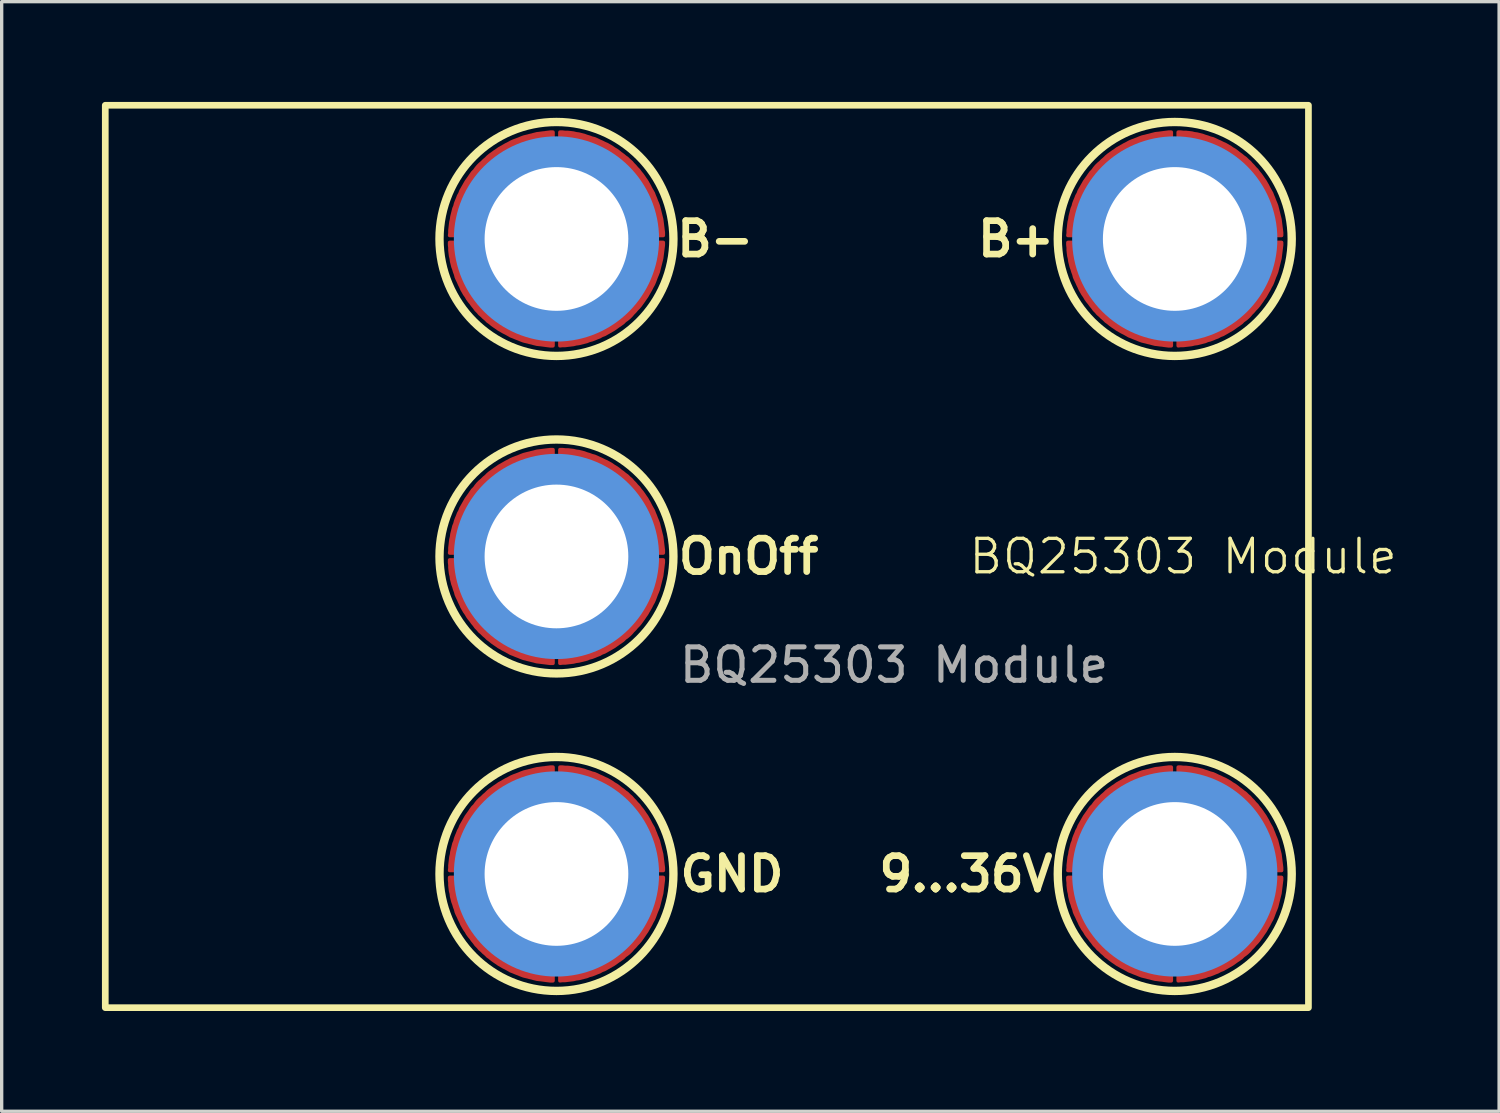
<source format=kicad_pcb>
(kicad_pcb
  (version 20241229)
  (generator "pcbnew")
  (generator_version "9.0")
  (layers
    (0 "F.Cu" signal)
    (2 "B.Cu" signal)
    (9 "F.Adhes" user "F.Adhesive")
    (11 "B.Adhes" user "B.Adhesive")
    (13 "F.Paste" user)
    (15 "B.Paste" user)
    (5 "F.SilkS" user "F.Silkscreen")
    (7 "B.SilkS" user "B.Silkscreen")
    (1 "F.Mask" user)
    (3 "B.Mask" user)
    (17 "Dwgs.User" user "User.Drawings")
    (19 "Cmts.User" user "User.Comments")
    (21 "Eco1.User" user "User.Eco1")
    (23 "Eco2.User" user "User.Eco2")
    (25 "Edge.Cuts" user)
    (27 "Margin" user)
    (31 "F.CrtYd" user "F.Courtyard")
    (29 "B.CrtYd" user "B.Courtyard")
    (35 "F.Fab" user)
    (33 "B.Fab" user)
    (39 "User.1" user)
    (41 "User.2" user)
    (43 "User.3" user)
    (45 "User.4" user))
  (footprint "BQ25303 Module"
    (layer "F.Cu")
    (at 13.6 13.6)
    (property "Reference" "BQ25303 Module" (at 18.75 0 0) (unlocked yes) (layer "F.SilkS") (effects (font (size 1 1) (thickness 0.1))))
    (attr smd)
    (fp_rect (start -13.5 -13.5) (end 22.5 13.5) (stroke (width 0.2) (type default)) (fill no) (layer "F.SilkS"))
    (fp_circle (center 0 -9.5) (end 3.5 -9.5) (stroke (width 0.25) (type solid)) (fill no) (layer "F.SilkS"))
    (fp_circle (center 0 0) (end 3.5 0) (stroke (width 0.25) (type solid)) (fill no) (layer "F.SilkS"))
    (fp_circle (center 0 9.5) (end 3.5 9.5) (stroke (width 0.25) (type solid)) (fill no) (layer "F.SilkS"))
    (fp_circle (center 18.5 -9.5) (end 22 -9.5) (stroke (width 0.25) (type solid)) (fill no) (layer "F.SilkS"))
    (fp_circle (center 18.5 9.5) (end 22 9.5) (stroke (width 0.25) (type solid)) (fill no) (layer "F.SilkS"))
    (fp_circle (center 0 -9.5) (end 1.02 -9.5) (stroke (width 2.05) (type solid)) (fill no) (layer "Cmts.User"))
    (fp_circle (center 0 0) (end 1.02 0) (stroke (width 2.05) (type solid)) (fill no) (layer "Cmts.User"))
    (fp_circle (center 0 9.5) (end 1.02 9.5) (stroke (width 2.05) (type solid)) (fill no) (layer "Cmts.User"))
    (fp_circle (center 18.5 -9.5) (end 19.52 -9.5) (stroke (width 2.05) (type solid)) (fill no) (layer "Cmts.User"))
    (fp_circle (center 18.5 9.5) (end 19.52 9.5) (stroke (width 2.05) (type solid)) (fill no) (layer "Cmts.User"))
    (fp_text user "9...36V" (at 12.25 9.5 0) (unlocked yes) (layer "F.SilkS") (effects (font (size 1 1) (thickness 0.2) (bold yes))))
    (fp_text user "GND" (at 5.25 9.5 0) (unlocked yes) (layer "F.SilkS") (effects (font (size 1 1) (thickness 0.2) (bold yes))))
    (fp_text user "B-" (at 4.75 -9.5 0) (unlocked yes) (layer "F.SilkS") (effects (font (size 1 1) (thickness 0.2) (bold yes))))
    (fp_text user "OnOff" (at 5.75 0 0) (unlocked yes) (layer "F.SilkS") (effects (font (size 1 1) (thickness 0.2) (bold yes))))
    (fp_text user "B+" (at 13.75 -9.5 0) (unlocked yes) (layer "F.SilkS") (effects (font (size 1 1) (thickness 0.2) (bold yes))))
    (fp_text user "${REFERENCE}" (at 10.1 3.25 0) (unlocked yes) (layer "F.Fab") (effects (font (size 1 1) (thickness 0.15))))
    (pad "1" smd custom (at 0 9.5 180) (size 1 1) (layers "F.Cu" "F.Mask" "F.Paste") (options (anchor circle)) (primitives (gr_poly (pts (xy -3.2 0.1) (xy -2.2 0.1) (xy -2.2 0.17) (xy -2.19 0.24) (xy -2.18 0.31) (xy -2.17 0.37) (xy -2.16 0.44) (xy -2.14 0.51) (xy -2.13 0.57) (xy -2.11 0.64) (xy -2.09 0.7) (xy -2.07 0.77) (xy -2.04 0.83) (xy -2.02 0.89) (xy -1.99 0.95) (xy -1.96 1.02) (xy -1.92 1.08) (xy -1.89 1.13) (xy -1.86 1.19) (xy -1.82 1.25) (xy -1.78 1.3) (xy -1.74 1.36) (xy -1.7 1.41) (xy -1.65 1.46) (xy -1.61 1.51) (xy -1.56 1.56) (xy -1.51 1.61) (xy -1.46 1.65) (xy -1.41 1.7) (xy -1.35 1.74) (xy -1.3 1.78) (xy -1.24 1.82) (xy -1.19 1.86) (xy -1.13 1.89) (xy -1.07 1.93) (xy -1.01 1.96) (xy -0.95 1.99) (xy -0.89 2.02) (xy -0.83 2.05) (xy -0.76 2.07) (xy -0.7 2.09) (xy -0.63 2.11) (xy -0.57 2.13) (xy -0.5 2.15) (xy -0.44 2.16) (xy -0.37 2.18) (xy -0.3 2.19) (xy -0.24 2.19) (xy -0.17 2.2) (xy -0.1 2.2) (xy -0.1 3.2) (xy -0.18 3.2) (xy -0.26 3.19) (xy -0.34 3.19) (xy -0.43 3.18) (xy -0.51 3.17) (xy -0.59 3.15) (xy -0.67 3.14) (xy -0.75 3.12) (xy -0.83 3.1) (xy -0.91 3.07) (xy -0.98 3.05) (xy -1.06 3.02) (xy -1.14 3) (xy -1.21 2.97) (xy -1.29 2.93) (xy -1.36 2.9) (xy -1.44 2.86) (xy -1.51 2.83) (xy -1.58 2.79) (xy -1.65 2.75) (xy -1.72 2.7) (xy -1.79 2.66) (xy -1.86 2.61) (xy -1.92 2.56) (xy -1.99 2.51) (xy -2.05 2.46) (xy -2.12 2.41) (xy -2.18 2.35) (xy -2.24 2.3) (xy -2.29 2.24) (xy -2.35 2.18) (xy -2.4 2.12) (xy -2.46 2.06) (xy -2.51 1.99) (xy -2.56 1.93) (xy -2.61 1.86) (xy -2.65 1.8) (xy -2.7 1.73) (xy -2.74 1.66) (xy -2.78 1.59) (xy -2.82 1.51) (xy -2.86 1.44) (xy -2.9 1.37) (xy -2.93 1.29) (xy -2.96 1.22) (xy -2.99 1.14) (xy -3.02 1.07) (xy -3.05 0.99) (xy -3.07 0.91) (xy -3.09 0.83) (xy -3.11 0.75) (xy -3.13 0.67) (xy -3.15 0.59) (xy -3.16 0.51) (xy -3.17 0.43) (xy -3.18 0.35) (xy -3.19 0.27) (xy -3.2 0.19) (xy -3.2 0.1)) (width 0.1) (fill yes))))
    (pad "1" smd custom (at 0 9.5 270) (size 1 1) (layers "F.Cu" "F.Mask" "F.Paste") (options (anchor circle)) (primitives (gr_poly (pts (xy 0.1 3.2) (xy 0.1 2.2) (xy 0.17 2.2) (xy 0.24 2.19) (xy 0.3 2.19) (xy 0.37 2.18) (xy 0.44 2.16) (xy 0.5 2.15) (xy 0.57 2.13) (xy 0.63 2.11) (xy 0.7 2.09) (xy 0.76 2.07) (xy 0.83 2.05) (xy 0.89 2.02) (xy 0.95 1.99) (xy 1.01 1.96) (xy 1.07 1.93) (xy 1.13 1.89) (xy 1.19 1.86) (xy 1.24 1.82) (xy 1.3 1.78) (xy 1.35 1.74) (xy 1.41 1.7) (xy 1.46 1.65) (xy 1.51 1.61) (xy 1.56 1.56) (xy 1.61 1.51) (xy 1.65 1.46) (xy 1.7 1.41) (xy 1.74 1.36) (xy 1.78 1.3) (xy 1.82 1.25) (xy 1.86 1.19) (xy 1.89 1.13) (xy 1.92 1.08) (xy 1.96 1.02) (xy 1.99 0.95) (xy 2.02 0.89) (xy 2.04 0.83) (xy 2.07 0.77) (xy 2.09 0.7) (xy 2.11 0.64) (xy 2.13 0.57) (xy 2.14 0.51) (xy 2.16 0.44) (xy 2.17 0.37) (xy 2.18 0.31) (xy 2.19 0.24) (xy 2.2 0.17) (xy 2.2 0.1) (xy 3.2 0.1) (xy 3.2 0.19) (xy 3.19 0.27) (xy 3.18 0.35) (xy 3.17 0.43) (xy 3.16 0.51) (xy 3.15 0.59) (xy 3.13 0.67) (xy 3.11 0.75) (xy 3.09 0.83) (xy 3.07 0.91) (xy 3.05 0.99) (xy 3.02 1.07) (xy 2.99 1.14) (xy 2.96 1.22) (xy 2.93 1.29) (xy 2.9 1.37) (xy 2.86 1.44) (xy 2.82 1.51) (xy 2.78 1.59) (xy 2.74 1.66) (xy 2.7 1.73) (xy 2.65 1.8) (xy 2.61 1.86) (xy 2.56 1.93) (xy 2.51 1.99) (xy 2.46 2.06) (xy 2.4 2.12) (xy 2.35 2.18) (xy 2.29 2.24) (xy 2.24 2.3) (xy 2.18 2.35) (xy 2.12 2.41) (xy 2.05 2.46) (xy 1.99 2.51) (xy 1.92 2.56) (xy 1.86 2.61) (xy 1.79 2.66) (xy 1.72 2.7) (xy 1.65 2.75) (xy 1.58 2.79) (xy 1.51 2.83) (xy 1.44 2.86) (xy 1.36 2.9) (xy 1.29 2.93) (xy 1.21 2.97) (xy 1.14 3) (xy 1.06 3.02) (xy 0.98 3.05) (xy 0.91 3.07) (xy 0.83 3.1) (xy 0.75 3.12) (xy 0.67 3.14) (xy 0.59 3.15) (xy 0.51 3.17) (xy 0.43 3.18) (xy 0.34 3.19) (xy 0.26 3.19) (xy 0.18 3.2) (xy 0.1 3.2)) (width 0.1) (fill yes))))
    (pad "1" smd custom (at 0 9.5 90) (size 1 1) (layers "F.Cu" "F.Mask" "F.Paste") (options (anchor circle)) (primitives (gr_poly (pts (xy 3.2 -0.1) (xy 2.2 -0.1) (xy 2.2 -0.16) (xy 2.19 -0.23) (xy 2.18 -0.3) (xy 2.17 -0.37) (xy 2.16 -0.43) (xy 2.14 -0.5) (xy 2.13 -0.56) (xy 2.11 -0.63) (xy 2.09 -0.7) (xy 2.07 -0.76) (xy 2.04 -0.82) (xy 2.02 -0.89) (xy 1.99 -0.95) (xy 1.96 -1.01) (xy 1.92 -1.07) (xy 1.89 -1.13) (xy 1.86 -1.18) (xy 1.82 -1.24) (xy 1.78 -1.3) (xy 1.74 -1.35) (xy 1.7 -1.4) (xy 1.65 -1.45) (xy 1.61 -1.51) (xy 1.56 -1.55) (xy 1.51 -1.6) (xy 1.46 -1.65) (xy 1.41 -1.69) (xy 1.35 -1.73) (xy 1.3 -1.77) (xy 1.24 -1.81) (xy 1.19 -1.85) (xy 1.13 -1.89) (xy 1.07 -1.92) (xy 1.01 -1.95) (xy 0.95 -1.98) (xy 0.89 -2.01) (xy 0.83 -2.04) (xy 0.76 -2.06) (xy 0.7 -2.08) (xy 0.63 -2.11) (xy 0.57 -2.12) (xy 0.5 -2.14) (xy 0.44 -2.15) (xy 0.37 -2.17) (xy 0.3 -2.18) (xy 0.24 -2.19) (xy 0.17 -2.19) (xy 0.1 -2.2) (xy 0.1 -3.2) (xy 0.18 -3.19) (xy 0.26 -3.19) (xy 0.34 -3.18) (xy 0.43 -3.17) (xy 0.51 -3.16) (xy 0.59 -3.14) (xy 0.67 -3.13) (xy 0.75 -3.11) (xy 0.83 -3.09) (xy 0.91 -3.07) (xy 0.98 -3.04) (xy 1.06 -3.02) (xy 1.14 -2.99) (xy 1.21 -2.96) (xy 1.29 -2.93) (xy 1.36 -2.89) (xy 1.44 -2.86) (xy 1.51 -2.82) (xy 1.58 -2.78) (xy 1.65 -2.74) (xy 1.72 -2.7) (xy 1.79 -2.65) (xy 1.86 -2.6) (xy 1.92 -2.56) (xy 1.99 -2.51) (xy 2.05 -2.45) (xy 2.12 -2.4) (xy 2.18 -2.35) (xy 2.24 -2.29) (xy 2.29 -2.23) (xy 2.35 -2.17) (xy 2.4 -2.11) (xy 2.46 -2.05) (xy 2.51 -1.99) (xy 2.56 -1.92) (xy 2.61 -1.85) (xy 2.65 -1.79) (xy 2.7 -1.72) (xy 2.74 -1.65) (xy 2.78 -1.58) (xy 2.82 -1.51) (xy 2.86 -1.43) (xy 2.9 -1.36) (xy 2.93 -1.29) (xy 2.96 -1.21) (xy 2.99 -1.13) (xy 3.02 -1.06) (xy 3.05 -0.98) (xy 3.07 -0.9) (xy 3.09 -0.82) (xy 3.11 -0.74) (xy 3.13 -0.66) (xy 3.15 -0.58) (xy 3.16 -0.5) (xy 3.17 -0.42) (xy 3.18 -0.34) (xy 3.19 -0.26) (xy 3.2 -0.18) (xy 3.2 -0.1)) (width 0.1) (fill yes))))
    (pad "1" smd custom (at 0 9.5 180) (size 1 1) (layers "F.Cu" "F.Mask" "F.Paste") (options (anchor circle)) (primitives (gr_poly (pts (xy -0.1 -3.2) (xy -0.1 -2.2) (xy -0.17 -2.19) (xy -0.24 -2.19) (xy -0.3 -2.18) (xy -0.37 -2.17) (xy -0.44 -2.15) (xy -0.5 -2.14) (xy -0.57 -2.12) (xy -0.63 -2.11) (xy -0.7 -2.08) (xy -0.76 -2.06) (xy -0.83 -2.04) (xy -0.89 -2.01) (xy -0.95 -1.98) (xy -1.01 -1.95) (xy -1.07 -1.92) (xy -1.13 -1.89) (xy -1.19 -1.85) (xy -1.24 -1.81) (xy -1.3 -1.77) (xy -1.35 -1.73) (xy -1.41 -1.69) (xy -1.46 -1.65) (xy -1.51 -1.6) (xy -1.56 -1.55) (xy -1.61 -1.51) (xy -1.65 -1.45) (xy -1.7 -1.4) (xy -1.74 -1.35) (xy -1.78 -1.3) (xy -1.82 -1.24) (xy -1.86 -1.18) (xy -1.89 -1.13) (xy -1.92 -1.07) (xy -1.96 -1.01) (xy -1.99 -0.95) (xy -2.02 -0.89) (xy -2.04 -0.82) (xy -2.07 -0.76) (xy -2.09 -0.7) (xy -2.11 -0.63) (xy -2.13 -0.56) (xy -2.14 -0.5) (xy -2.16 -0.43) (xy -2.17 -0.37) (xy -2.18 -0.3) (xy -2.19 -0.23) (xy -2.2 -0.16) (xy -2.2 -0.1) (xy -3.2 -0.1) (xy -3.2 -0.18) (xy -3.19 -0.26) (xy -3.18 -0.34) (xy -3.17 -0.42) (xy -3.16 -0.5) (xy -3.15 -0.58) (xy -3.13 -0.66) (xy -3.11 -0.74) (xy -3.09 -0.82) (xy -3.07 -0.9) (xy -3.05 -0.98) (xy -3.02 -1.06) (xy -2.99 -1.13) (xy -2.96 -1.21) (xy -2.93 -1.29) (xy -2.9 -1.36) (xy -2.86 -1.43) (xy -2.82 -1.51) (xy -2.78 -1.58) (xy -2.74 -1.65) (xy -2.7 -1.72) (xy -2.65 -1.79) (xy -2.61 -1.85) (xy -2.56 -1.92) (xy -2.51 -1.99) (xy -2.46 -2.05) (xy -2.4 -2.11) (xy -2.35 -2.17) (xy -2.29 -2.23) (xy -2.24 -2.29) (xy -2.18 -2.35) (xy -2.12 -2.4) (xy -2.05 -2.45) (xy -1.99 -2.51) (xy -1.92 -2.56) (xy -1.86 -2.6) (xy -1.79 -2.65) (xy -1.72 -2.7) (xy -1.65 -2.74) (xy -1.58 -2.78) (xy -1.51 -2.82) (xy -1.44 -2.86) (xy -1.36 -2.89) (xy -1.29 -2.93) (xy -1.21 -2.96) (xy -1.14 -2.99) (xy -1.06 -3.02) (xy -0.98 -3.04) (xy -0.91 -3.07) (xy -0.83 -3.09) (xy -0.75 -3.11) (xy -0.67 -3.13) (xy -0.59 -3.14) (xy -0.51 -3.16) (xy -0.43 -3.17) (xy -0.34 -3.18) (xy -0.26 -3.19) (xy -0.18 -3.19) (xy -0.1 -3.2)) (width 0.1) (fill yes))))
    (pad "1" thru_hole circle (at 0 9.5) (size 4.3 4.3) (drill 4.3) (layers "*.Cu" "*.Mask"))
    (pad "2" smd custom (at 18.5 9.5 180) (size 1 1) (layers "F.Cu" "F.Mask" "F.Paste") (options (anchor circle)) (primitives (gr_poly (pts (xy -3.2 0.1) (xy -2.2 0.1) (xy -2.2 0.17) (xy -2.19 0.24) (xy -2.18 0.31) (xy -2.17 0.37) (xy -2.16 0.44) (xy -2.14 0.51) (xy -2.13 0.57) (xy -2.11 0.64) (xy -2.09 0.7) (xy -2.07 0.77) (xy -2.04 0.83) (xy -2.02 0.89) (xy -1.99 0.95) (xy -1.96 1.02) (xy -1.92 1.08) (xy -1.89 1.13) (xy -1.86 1.19) (xy -1.82 1.25) (xy -1.78 1.3) (xy -1.74 1.36) (xy -1.7 1.41) (xy -1.65 1.46) (xy -1.61 1.51) (xy -1.56 1.56) (xy -1.51 1.61) (xy -1.46 1.65) (xy -1.41 1.7) (xy -1.35 1.74) (xy -1.3 1.78) (xy -1.24 1.82) (xy -1.19 1.86) (xy -1.13 1.89) (xy -1.07 1.93) (xy -1.01 1.96) (xy -0.95 1.99) (xy -0.89 2.02) (xy -0.83 2.05) (xy -0.76 2.07) (xy -0.7 2.09) (xy -0.63 2.11) (xy -0.57 2.13) (xy -0.5 2.15) (xy -0.44 2.16) (xy -0.37 2.18) (xy -0.3 2.19) (xy -0.24 2.19) (xy -0.17 2.2) (xy -0.1 2.2) (xy -0.1 3.2) (xy -0.18 3.2) (xy -0.26 3.19) (xy -0.34 3.19) (xy -0.43 3.18) (xy -0.51 3.17) (xy -0.59 3.15) (xy -0.67 3.14) (xy -0.75 3.12) (xy -0.83 3.1) (xy -0.91 3.07) (xy -0.98 3.05) (xy -1.06 3.02) (xy -1.14 3) (xy -1.21 2.97) (xy -1.29 2.93) (xy -1.36 2.9) (xy -1.44 2.86) (xy -1.51 2.83) (xy -1.58 2.79) (xy -1.65 2.75) (xy -1.72 2.7) (xy -1.79 2.66) (xy -1.86 2.61) (xy -1.92 2.56) (xy -1.99 2.51) (xy -2.05 2.46) (xy -2.12 2.41) (xy -2.18 2.35) (xy -2.24 2.3) (xy -2.29 2.24) (xy -2.35 2.18) (xy -2.4 2.12) (xy -2.46 2.06) (xy -2.51 1.99) (xy -2.56 1.93) (xy -2.61 1.86) (xy -2.65 1.8) (xy -2.7 1.73) (xy -2.74 1.66) (xy -2.78 1.59) (xy -2.82 1.51) (xy -2.86 1.44) (xy -2.9 1.37) (xy -2.93 1.29) (xy -2.96 1.22) (xy -2.99 1.14) (xy -3.02 1.07) (xy -3.05 0.99) (xy -3.07 0.91) (xy -3.09 0.83) (xy -3.11 0.75) (xy -3.13 0.67) (xy -3.15 0.59) (xy -3.16 0.51) (xy -3.17 0.43) (xy -3.18 0.35) (xy -3.19 0.27) (xy -3.2 0.19) (xy -3.2 0.1)) (width 0.1) (fill yes))))
    (pad "2" smd custom (at 18.5 9.5 270) (size 1 1) (layers "F.Cu" "F.Mask" "F.Paste") (options (anchor circle)) (primitives (gr_poly (pts (xy 0.1 3.2) (xy 0.1 2.2) (xy 0.17 2.2) (xy 0.24 2.19) (xy 0.3 2.19) (xy 0.37 2.18) (xy 0.44 2.16) (xy 0.5 2.15) (xy 0.57 2.13) (xy 0.63 2.11) (xy 0.7 2.09) (xy 0.76 2.07) (xy 0.83 2.05) (xy 0.89 2.02) (xy 0.95 1.99) (xy 1.01 1.96) (xy 1.07 1.93) (xy 1.13 1.89) (xy 1.19 1.86) (xy 1.24 1.82) (xy 1.3 1.78) (xy 1.35 1.74) (xy 1.41 1.7) (xy 1.46 1.65) (xy 1.51 1.61) (xy 1.56 1.56) (xy 1.61 1.51) (xy 1.65 1.46) (xy 1.7 1.41) (xy 1.74 1.36) (xy 1.78 1.3) (xy 1.82 1.25) (xy 1.86 1.19) (xy 1.89 1.13) (xy 1.92 1.08) (xy 1.96 1.02) (xy 1.99 0.95) (xy 2.02 0.89) (xy 2.04 0.83) (xy 2.07 0.77) (xy 2.09 0.7) (xy 2.11 0.64) (xy 2.13 0.57) (xy 2.14 0.51) (xy 2.16 0.44) (xy 2.17 0.37) (xy 2.18 0.31) (xy 2.19 0.24) (xy 2.2 0.17) (xy 2.2 0.1) (xy 3.2 0.1) (xy 3.2 0.19) (xy 3.19 0.27) (xy 3.18 0.35) (xy 3.17 0.43) (xy 3.16 0.51) (xy 3.15 0.59) (xy 3.13 0.67) (xy 3.11 0.75) (xy 3.09 0.83) (xy 3.07 0.91) (xy 3.05 0.99) (xy 3.02 1.07) (xy 2.99 1.14) (xy 2.96 1.22) (xy 2.93 1.29) (xy 2.9 1.37) (xy 2.86 1.44) (xy 2.82 1.51) (xy 2.78 1.59) (xy 2.74 1.66) (xy 2.7 1.73) (xy 2.65 1.8) (xy 2.61 1.86) (xy 2.56 1.93) (xy 2.51 1.99) (xy 2.46 2.06) (xy 2.4 2.12) (xy 2.35 2.18) (xy 2.29 2.24) (xy 2.24 2.3) (xy 2.18 2.35) (xy 2.12 2.41) (xy 2.05 2.46) (xy 1.99 2.51) (xy 1.92 2.56) (xy 1.86 2.61) (xy 1.79 2.66) (xy 1.72 2.7) (xy 1.65 2.75) (xy 1.58 2.79) (xy 1.51 2.83) (xy 1.44 2.86) (xy 1.36 2.9) (xy 1.29 2.93) (xy 1.21 2.97) (xy 1.14 3) (xy 1.06 3.02) (xy 0.98 3.05) (xy 0.91 3.07) (xy 0.83 3.1) (xy 0.75 3.12) (xy 0.67 3.14) (xy 0.59 3.15) (xy 0.51 3.17) (xy 0.43 3.18) (xy 0.34 3.19) (xy 0.26 3.19) (xy 0.18 3.2) (xy 0.1 3.2)) (width 0.1) (fill yes))))
    (pad "2" smd custom (at 18.5 9.5 90) (size 1 1) (layers "F.Cu" "F.Mask" "F.Paste") (options (anchor circle)) (primitives (gr_poly (pts (xy 3.2 -0.1) (xy 2.2 -0.1) (xy 2.2 -0.16) (xy 2.19 -0.23) (xy 2.18 -0.3) (xy 2.17 -0.37) (xy 2.16 -0.43) (xy 2.14 -0.5) (xy 2.13 -0.56) (xy 2.11 -0.63) (xy 2.09 -0.7) (xy 2.07 -0.76) (xy 2.04 -0.82) (xy 2.02 -0.89) (xy 1.99 -0.95) (xy 1.96 -1.01) (xy 1.92 -1.07) (xy 1.89 -1.13) (xy 1.86 -1.18) (xy 1.82 -1.24) (xy 1.78 -1.3) (xy 1.74 -1.35) (xy 1.7 -1.4) (xy 1.65 -1.45) (xy 1.61 -1.51) (xy 1.56 -1.55) (xy 1.51 -1.6) (xy 1.46 -1.65) (xy 1.41 -1.69) (xy 1.35 -1.73) (xy 1.3 -1.77) (xy 1.24 -1.81) (xy 1.19 -1.85) (xy 1.13 -1.89) (xy 1.07 -1.92) (xy 1.01 -1.95) (xy 0.95 -1.98) (xy 0.89 -2.01) (xy 0.83 -2.04) (xy 0.76 -2.06) (xy 0.7 -2.08) (xy 0.63 -2.11) (xy 0.57 -2.12) (xy 0.5 -2.14) (xy 0.44 -2.15) (xy 0.37 -2.17) (xy 0.3 -2.18) (xy 0.24 -2.19) (xy 0.17 -2.19) (xy 0.1 -2.2) (xy 0.1 -3.2) (xy 0.18 -3.19) (xy 0.26 -3.19) (xy 0.34 -3.18) (xy 0.43 -3.17) (xy 0.51 -3.16) (xy 0.59 -3.14) (xy 0.67 -3.13) (xy 0.75 -3.11) (xy 0.83 -3.09) (xy 0.91 -3.07) (xy 0.98 -3.04) (xy 1.06 -3.02) (xy 1.14 -2.99) (xy 1.21 -2.96) (xy 1.29 -2.93) (xy 1.36 -2.89) (xy 1.44 -2.86) (xy 1.51 -2.82) (xy 1.58 -2.78) (xy 1.65 -2.74) (xy 1.72 -2.7) (xy 1.79 -2.65) (xy 1.86 -2.6) (xy 1.92 -2.56) (xy 1.99 -2.51) (xy 2.05 -2.45) (xy 2.12 -2.4) (xy 2.18 -2.35) (xy 2.24 -2.29) (xy 2.29 -2.23) (xy 2.35 -2.17) (xy 2.4 -2.11) (xy 2.46 -2.05) (xy 2.51 -1.99) (xy 2.56 -1.92) (xy 2.61 -1.85) (xy 2.65 -1.79) (xy 2.7 -1.72) (xy 2.74 -1.65) (xy 2.78 -1.58) (xy 2.82 -1.51) (xy 2.86 -1.43) (xy 2.9 -1.36) (xy 2.93 -1.29) (xy 2.96 -1.21) (xy 2.99 -1.13) (xy 3.02 -1.06) (xy 3.05 -0.98) (xy 3.07 -0.9) (xy 3.09 -0.82) (xy 3.11 -0.74) (xy 3.13 -0.66) (xy 3.15 -0.58) (xy 3.16 -0.5) (xy 3.17 -0.42) (xy 3.18 -0.34) (xy 3.19 -0.26) (xy 3.2 -0.18) (xy 3.2 -0.1)) (width 0.1) (fill yes))))
    (pad "2" smd custom (at 18.5 9.5 180) (size 1 1) (layers "F.Cu" "F.Mask" "F.Paste") (options (anchor circle)) (primitives (gr_poly (pts (xy -0.1 -3.2) (xy -0.1 -2.2) (xy -0.17 -2.19) (xy -0.24 -2.19) (xy -0.3 -2.18) (xy -0.37 -2.17) (xy -0.44 -2.15) (xy -0.5 -2.14) (xy -0.57 -2.12) (xy -0.63 -2.11) (xy -0.7 -2.08) (xy -0.76 -2.06) (xy -0.83 -2.04) (xy -0.89 -2.01) (xy -0.95 -1.98) (xy -1.01 -1.95) (xy -1.07 -1.92) (xy -1.13 -1.89) (xy -1.19 -1.85) (xy -1.24 -1.81) (xy -1.3 -1.77) (xy -1.35 -1.73) (xy -1.41 -1.69) (xy -1.46 -1.65) (xy -1.51 -1.6) (xy -1.56 -1.55) (xy -1.61 -1.51) (xy -1.65 -1.45) (xy -1.7 -1.4) (xy -1.74 -1.35) (xy -1.78 -1.3) (xy -1.82 -1.24) (xy -1.86 -1.18) (xy -1.89 -1.13) (xy -1.92 -1.07) (xy -1.96 -1.01) (xy -1.99 -0.95) (xy -2.02 -0.89) (xy -2.04 -0.82) (xy -2.07 -0.76) (xy -2.09 -0.7) (xy -2.11 -0.63) (xy -2.13 -0.56) (xy -2.14 -0.5) (xy -2.16 -0.43) (xy -2.17 -0.37) (xy -2.18 -0.3) (xy -2.19 -0.23) (xy -2.2 -0.16) (xy -2.2 -0.1) (xy -3.2 -0.1) (xy -3.2 -0.18) (xy -3.19 -0.26) (xy -3.18 -0.34) (xy -3.17 -0.42) (xy -3.16 -0.5) (xy -3.15 -0.58) (xy -3.13 -0.66) (xy -3.11 -0.74) (xy -3.09 -0.82) (xy -3.07 -0.9) (xy -3.05 -0.98) (xy -3.02 -1.06) (xy -2.99 -1.13) (xy -2.96 -1.21) (xy -2.93 -1.29) (xy -2.9 -1.36) (xy -2.86 -1.43) (xy -2.82 -1.51) (xy -2.78 -1.58) (xy -2.74 -1.65) (xy -2.7 -1.72) (xy -2.65 -1.79) (xy -2.61 -1.85) (xy -2.56 -1.92) (xy -2.51 -1.99) (xy -2.46 -2.05) (xy -2.4 -2.11) (xy -2.35 -2.17) (xy -2.29 -2.23) (xy -2.24 -2.29) (xy -2.18 -2.35) (xy -2.12 -2.4) (xy -2.05 -2.45) (xy -1.99 -2.51) (xy -1.92 -2.56) (xy -1.86 -2.6) (xy -1.79 -2.65) (xy -1.72 -2.7) (xy -1.65 -2.74) (xy -1.58 -2.78) (xy -1.51 -2.82) (xy -1.44 -2.86) (xy -1.36 -2.89) (xy -1.29 -2.93) (xy -1.21 -2.96) (xy -1.14 -2.99) (xy -1.06 -3.02) (xy -0.98 -3.04) (xy -0.91 -3.07) (xy -0.83 -3.09) (xy -0.75 -3.11) (xy -0.67 -3.13) (xy -0.59 -3.14) (xy -0.51 -3.16) (xy -0.43 -3.17) (xy -0.34 -3.18) (xy -0.26 -3.19) (xy -0.18 -3.19) (xy -0.1 -3.2)) (width 0.1) (fill yes))))
    (pad "2" thru_hole circle (at 18.5 9.5) (size 4.3 4.3) (drill 4.3) (layers "*.Cu" "*.Mask"))
    (pad "3" smd custom (at 0 0 90) (size 1 1) (layers "F.Cu" "F.Mask" "F.Paste") (options (anchor circle)) (primitives (gr_poly (pts (xy 3.2 -0.1) (xy 2.2 -0.1) (xy 2.2 -0.16) (xy 2.19 -0.23) (xy 2.18 -0.3) (xy 2.17 -0.37) (xy 2.16 -0.43) (xy 2.14 -0.5) (xy 2.13 -0.56) (xy 2.11 -0.63) (xy 2.09 -0.7) (xy 2.07 -0.76) (xy 2.04 -0.82) (xy 2.02 -0.89) (xy 1.99 -0.95) (xy 1.96 -1.01) (xy 1.92 -1.07) (xy 1.89 -1.13) (xy 1.86 -1.18) (xy 1.82 -1.24) (xy 1.78 -1.3) (xy 1.74 -1.35) (xy 1.7 -1.4) (xy 1.65 -1.45) (xy 1.61 -1.51) (xy 1.56 -1.55) (xy 1.51 -1.6) (xy 1.46 -1.65) (xy 1.41 -1.69) (xy 1.35 -1.73) (xy 1.3 -1.77) (xy 1.24 -1.81) (xy 1.19 -1.85) (xy 1.13 -1.89) (xy 1.07 -1.92) (xy 1.01 -1.95) (xy 0.95 -1.98) (xy 0.89 -2.01) (xy 0.83 -2.04) (xy 0.76 -2.06) (xy 0.7 -2.08) (xy 0.63 -2.11) (xy 0.57 -2.12) (xy 0.5 -2.14) (xy 0.44 -2.15) (xy 0.37 -2.17) (xy 0.3 -2.18) (xy 0.24 -2.19) (xy 0.17 -2.19) (xy 0.1 -2.2) (xy 0.1 -3.2) (xy 0.18 -3.19) (xy 0.26 -3.19) (xy 0.34 -3.18) (xy 0.43 -3.17) (xy 0.51 -3.16) (xy 0.59 -3.14) (xy 0.67 -3.13) (xy 0.75 -3.11) (xy 0.83 -3.09) (xy 0.91 -3.07) (xy 0.98 -3.04) (xy 1.06 -3.02) (xy 1.14 -2.99) (xy 1.21 -2.96) (xy 1.29 -2.93) (xy 1.36 -2.89) (xy 1.44 -2.86) (xy 1.51 -2.82) (xy 1.58 -2.78) (xy 1.65 -2.74) (xy 1.72 -2.7) (xy 1.79 -2.65) (xy 1.86 -2.6) (xy 1.92 -2.56) (xy 1.99 -2.51) (xy 2.05 -2.45) (xy 2.12 -2.4) (xy 2.18 -2.35) (xy 2.24 -2.29) (xy 2.29 -2.23) (xy 2.35 -2.17) (xy 2.4 -2.11) (xy 2.46 -2.05) (xy 2.51 -1.99) (xy 2.56 -1.92) (xy 2.61 -1.85) (xy 2.65 -1.79) (xy 2.7 -1.72) (xy 2.74 -1.65) (xy 2.78 -1.58) (xy 2.82 -1.51) (xy 2.86 -1.43) (xy 2.9 -1.36) (xy 2.93 -1.29) (xy 2.96 -1.21) (xy 2.99 -1.13) (xy 3.02 -1.06) (xy 3.05 -0.98) (xy 3.07 -0.9) (xy 3.09 -0.82) (xy 3.11 -0.74) (xy 3.13 -0.66) (xy 3.15 -0.58) (xy 3.16 -0.5) (xy 3.17 -0.42) (xy 3.18 -0.34) (xy 3.19 -0.26) (xy 3.2 -0.18) (xy 3.2 -0.1)) (width 0.1) (fill yes))))
    (pad "3" smd custom (at 0 0 180) (size 1 1) (layers "F.Cu" "F.Mask" "F.Paste") (options (anchor circle)) (primitives (gr_poly (pts (xy -3.2 0.1) (xy -2.2 0.1) (xy -2.2 0.17) (xy -2.19 0.24) (xy -2.18 0.31) (xy -2.17 0.37) (xy -2.16 0.44) (xy -2.14 0.51) (xy -2.13 0.57) (xy -2.11 0.64) (xy -2.09 0.7) (xy -2.07 0.77) (xy -2.04 0.83) (xy -2.02 0.89) (xy -1.99 0.95) (xy -1.96 1.02) (xy -1.92 1.08) (xy -1.89 1.13) (xy -1.86 1.19) (xy -1.82 1.25) (xy -1.78 1.3) (xy -1.74 1.36) (xy -1.7 1.41) (xy -1.65 1.46) (xy -1.61 1.51) (xy -1.56 1.56) (xy -1.51 1.61) (xy -1.46 1.65) (xy -1.41 1.7) (xy -1.35 1.74) (xy -1.3 1.78) (xy -1.24 1.82) (xy -1.19 1.86) (xy -1.13 1.89) (xy -1.07 1.93) (xy -1.01 1.96) (xy -0.95 1.99) (xy -0.89 2.02) (xy -0.83 2.05) (xy -0.76 2.07) (xy -0.7 2.09) (xy -0.63 2.11) (xy -0.57 2.13) (xy -0.5 2.15) (xy -0.44 2.16) (xy -0.37 2.18) (xy -0.3 2.19) (xy -0.24 2.19) (xy -0.17 2.2) (xy -0.1 2.2) (xy -0.1 3.2) (xy -0.18 3.2) (xy -0.26 3.19) (xy -0.34 3.19) (xy -0.43 3.18) (xy -0.51 3.17) (xy -0.59 3.15) (xy -0.67 3.14) (xy -0.75 3.12) (xy -0.83 3.1) (xy -0.91 3.07) (xy -0.98 3.05) (xy -1.06 3.02) (xy -1.14 3) (xy -1.21 2.97) (xy -1.29 2.93) (xy -1.36 2.9) (xy -1.44 2.86) (xy -1.51 2.83) (xy -1.58 2.79) (xy -1.65 2.75) (xy -1.72 2.7) (xy -1.79 2.66) (xy -1.86 2.61) (xy -1.92 2.56) (xy -1.99 2.51) (xy -2.05 2.46) (xy -2.12 2.41) (xy -2.18 2.35) (xy -2.24 2.3) (xy -2.29 2.24) (xy -2.35 2.18) (xy -2.4 2.12) (xy -2.46 2.06) (xy -2.51 1.99) (xy -2.56 1.93) (xy -2.61 1.86) (xy -2.65 1.8) (xy -2.7 1.73) (xy -2.74 1.66) (xy -2.78 1.59) (xy -2.82 1.51) (xy -2.86 1.44) (xy -2.9 1.37) (xy -2.93 1.29) (xy -2.96 1.22) (xy -2.99 1.14) (xy -3.02 1.07) (xy -3.05 0.99) (xy -3.07 0.91) (xy -3.09 0.83) (xy -3.11 0.75) (xy -3.13 0.67) (xy -3.15 0.59) (xy -3.16 0.51) (xy -3.17 0.43) (xy -3.18 0.35) (xy -3.19 0.27) (xy -3.2 0.19) (xy -3.2 0.1)) (width 0.1) (fill yes))))
    (pad "3" smd custom (at 0 0 180) (size 1 1) (layers "F.Cu" "F.Mask" "F.Paste") (options (anchor circle)) (primitives (gr_poly (pts (xy -0.1 -3.2) (xy -0.1 -2.2) (xy -0.17 -2.19) (xy -0.24 -2.19) (xy -0.3 -2.18) (xy -0.37 -2.17) (xy -0.44 -2.15) (xy -0.5 -2.14) (xy -0.57 -2.12) (xy -0.63 -2.11) (xy -0.7 -2.08) (xy -0.76 -2.06) (xy -0.83 -2.04) (xy -0.89 -2.01) (xy -0.95 -1.98) (xy -1.01 -1.95) (xy -1.07 -1.92) (xy -1.13 -1.89) (xy -1.19 -1.85) (xy -1.24 -1.81) (xy -1.3 -1.77) (xy -1.35 -1.73) (xy -1.41 -1.69) (xy -1.46 -1.65) (xy -1.51 -1.6) (xy -1.56 -1.55) (xy -1.61 -1.51) (xy -1.65 -1.45) (xy -1.7 -1.4) (xy -1.74 -1.35) (xy -1.78 -1.3) (xy -1.82 -1.24) (xy -1.86 -1.18) (xy -1.89 -1.13) (xy -1.92 -1.07) (xy -1.96 -1.01) (xy -1.99 -0.95) (xy -2.02 -0.89) (xy -2.04 -0.82) (xy -2.07 -0.76) (xy -2.09 -0.7) (xy -2.11 -0.63) (xy -2.13 -0.56) (xy -2.14 -0.5) (xy -2.16 -0.43) (xy -2.17 -0.37) (xy -2.18 -0.3) (xy -2.19 -0.23) (xy -2.2 -0.16) (xy -2.2 -0.1) (xy -3.2 -0.1) (xy -3.2 -0.18) (xy -3.19 -0.26) (xy -3.18 -0.34) (xy -3.17 -0.42) (xy -3.16 -0.5) (xy -3.15 -0.58) (xy -3.13 -0.66) (xy -3.11 -0.74) (xy -3.09 -0.82) (xy -3.07 -0.9) (xy -3.05 -0.98) (xy -3.02 -1.06) (xy -2.99 -1.13) (xy -2.96 -1.21) (xy -2.93 -1.29) (xy -2.9 -1.36) (xy -2.86 -1.43) (xy -2.82 -1.51) (xy -2.78 -1.58) (xy -2.74 -1.65) (xy -2.7 -1.72) (xy -2.65 -1.79) (xy -2.61 -1.85) (xy -2.56 -1.92) (xy -2.51 -1.99) (xy -2.46 -2.05) (xy -2.4 -2.11) (xy -2.35 -2.17) (xy -2.29 -2.23) (xy -2.24 -2.29) (xy -2.18 -2.35) (xy -2.12 -2.4) (xy -2.05 -2.45) (xy -1.99 -2.51) (xy -1.92 -2.56) (xy -1.86 -2.6) (xy -1.79 -2.65) (xy -1.72 -2.7) (xy -1.65 -2.74) (xy -1.58 -2.78) (xy -1.51 -2.82) (xy -1.44 -2.86) (xy -1.36 -2.89) (xy -1.29 -2.93) (xy -1.21 -2.96) (xy -1.14 -2.99) (xy -1.06 -3.02) (xy -0.98 -3.04) (xy -0.91 -3.07) (xy -0.83 -3.09) (xy -0.75 -3.11) (xy -0.67 -3.13) (xy -0.59 -3.14) (xy -0.51 -3.16) (xy -0.43 -3.17) (xy -0.34 -3.18) (xy -0.26 -3.19) (xy -0.18 -3.19) (xy -0.1 -3.2)) (width 0.1) (fill yes))))
    (pad "3" smd custom (at 0 0 270) (size 1 1) (layers "F.Cu" "F.Mask" "F.Paste") (options (anchor circle)) (primitives (gr_poly (pts (xy 0.1 3.2) (xy 0.1 2.2) (xy 0.17 2.2) (xy 0.24 2.19) (xy 0.3 2.19) (xy 0.37 2.18) (xy 0.44 2.16) (xy 0.5 2.15) (xy 0.57 2.13) (xy 0.63 2.11) (xy 0.7 2.09) (xy 0.76 2.07) (xy 0.83 2.05) (xy 0.89 2.02) (xy 0.95 1.99) (xy 1.01 1.96) (xy 1.07 1.93) (xy 1.13 1.89) (xy 1.19 1.86) (xy 1.24 1.82) (xy 1.3 1.78) (xy 1.35 1.74) (xy 1.41 1.7) (xy 1.46 1.65) (xy 1.51 1.61) (xy 1.56 1.56) (xy 1.61 1.51) (xy 1.65 1.46) (xy 1.7 1.41) (xy 1.74 1.36) (xy 1.78 1.3) (xy 1.82 1.25) (xy 1.86 1.19) (xy 1.89 1.13) (xy 1.92 1.08) (xy 1.96 1.02) (xy 1.99 0.95) (xy 2.02 0.89) (xy 2.04 0.83) (xy 2.07 0.77) (xy 2.09 0.7) (xy 2.11 0.64) (xy 2.13 0.57) (xy 2.14 0.51) (xy 2.16 0.44) (xy 2.17 0.37) (xy 2.18 0.31) (xy 2.19 0.24) (xy 2.2 0.17) (xy 2.2 0.1) (xy 3.2 0.1) (xy 3.2 0.19) (xy 3.19 0.27) (xy 3.18 0.35) (xy 3.17 0.43) (xy 3.16 0.51) (xy 3.15 0.59) (xy 3.13 0.67) (xy 3.11 0.75) (xy 3.09 0.83) (xy 3.07 0.91) (xy 3.05 0.99) (xy 3.02 1.07) (xy 2.99 1.14) (xy 2.96 1.22) (xy 2.93 1.29) (xy 2.9 1.37) (xy 2.86 1.44) (xy 2.82 1.51) (xy 2.78 1.59) (xy 2.74 1.66) (xy 2.7 1.73) (xy 2.65 1.8) (xy 2.61 1.86) (xy 2.56 1.93) (xy 2.51 1.99) (xy 2.46 2.06) (xy 2.4 2.12) (xy 2.35 2.18) (xy 2.29 2.24) (xy 2.24 2.3) (xy 2.18 2.35) (xy 2.12 2.41) (xy 2.05 2.46) (xy 1.99 2.51) (xy 1.92 2.56) (xy 1.86 2.61) (xy 1.79 2.66) (xy 1.72 2.7) (xy 1.65 2.75) (xy 1.58 2.79) (xy 1.51 2.83) (xy 1.44 2.86) (xy 1.36 2.9) (xy 1.29 2.93) (xy 1.21 2.97) (xy 1.14 3) (xy 1.06 3.02) (xy 0.98 3.05) (xy 0.91 3.07) (xy 0.83 3.1) (xy 0.75 3.12) (xy 0.67 3.14) (xy 0.59 3.15) (xy 0.51 3.17) (xy 0.43 3.18) (xy 0.34 3.19) (xy 0.26 3.19) (xy 0.18 3.2) (xy 0.1 3.2)) (width 0.1) (fill yes))))
    (pad "3" thru_hole circle (at 0 0) (size 4.3 4.3) (drill 4.3) (layers "*.Cu" "*.Mask"))
    (pad "6" smd custom (at 18.5 -9.5 180) (size 1 1) (layers "F.Cu" "F.Mask" "F.Paste") (options (anchor circle)) (primitives (gr_poly (pts (xy -3.2 0.1) (xy -2.2 0.1) (xy -2.2 0.17) (xy -2.19 0.24) (xy -2.18 0.31) (xy -2.17 0.37) (xy -2.16 0.44) (xy -2.14 0.51) (xy -2.13 0.57) (xy -2.11 0.64) (xy -2.09 0.7) (xy -2.07 0.77) (xy -2.04 0.83) (xy -2.02 0.89) (xy -1.99 0.95) (xy -1.96 1.02) (xy -1.92 1.08) (xy -1.89 1.13) (xy -1.86 1.19) (xy -1.82 1.25) (xy -1.78 1.3) (xy -1.74 1.36) (xy -1.7 1.41) (xy -1.65 1.46) (xy -1.61 1.51) (xy -1.56 1.56) (xy -1.51 1.61) (xy -1.46 1.65) (xy -1.41 1.7) (xy -1.35 1.74) (xy -1.3 1.78) (xy -1.24 1.82) (xy -1.19 1.86) (xy -1.13 1.89) (xy -1.07 1.93) (xy -1.01 1.96) (xy -0.95 1.99) (xy -0.89 2.02) (xy -0.83 2.05) (xy -0.76 2.07) (xy -0.7 2.09) (xy -0.63 2.11) (xy -0.57 2.13) (xy -0.5 2.15) (xy -0.44 2.16) (xy -0.37 2.18) (xy -0.3 2.19) (xy -0.24 2.19) (xy -0.17 2.2) (xy -0.1 2.2) (xy -0.1 3.2) (xy -0.18 3.2) (xy -0.26 3.19) (xy -0.34 3.19) (xy -0.43 3.18) (xy -0.51 3.17) (xy -0.59 3.15) (xy -0.67 3.14) (xy -0.75 3.12) (xy -0.83 3.1) (xy -0.91 3.07) (xy -0.98 3.05) (xy -1.06 3.02) (xy -1.14 3) (xy -1.21 2.97) (xy -1.29 2.93) (xy -1.36 2.9) (xy -1.44 2.86) (xy -1.51 2.83) (xy -1.58 2.79) (xy -1.65 2.75) (xy -1.72 2.7) (xy -1.79 2.66) (xy -1.86 2.61) (xy -1.92 2.56) (xy -1.99 2.51) (xy -2.05 2.46) (xy -2.12 2.41) (xy -2.18 2.35) (xy -2.24 2.3) (xy -2.29 2.24) (xy -2.35 2.18) (xy -2.4 2.12) (xy -2.46 2.06) (xy -2.51 1.99) (xy -2.56 1.93) (xy -2.61 1.86) (xy -2.65 1.8) (xy -2.7 1.73) (xy -2.74 1.66) (xy -2.78 1.59) (xy -2.82 1.51) (xy -2.86 1.44) (xy -2.9 1.37) (xy -2.93 1.29) (xy -2.96 1.22) (xy -2.99 1.14) (xy -3.02 1.07) (xy -3.05 0.99) (xy -3.07 0.91) (xy -3.09 0.83) (xy -3.11 0.75) (xy -3.13 0.67) (xy -3.15 0.59) (xy -3.16 0.51) (xy -3.17 0.43) (xy -3.18 0.35) (xy -3.19 0.27) (xy -3.2 0.19) (xy -3.2 0.1)) (width 0.1) (fill yes))))
    (pad "6" smd custom (at 18.5 -9.5 90) (size 1 1) (layers "F.Cu" "F.Mask" "F.Paste") (options (anchor circle)) (primitives (gr_poly (pts (xy 3.2 -0.1) (xy 2.2 -0.1) (xy 2.2 -0.16) (xy 2.19 -0.23) (xy 2.18 -0.3) (xy 2.17 -0.37) (xy 2.16 -0.43) (xy 2.14 -0.5) (xy 2.13 -0.56) (xy 2.11 -0.63) (xy 2.09 -0.7) (xy 2.07 -0.76) (xy 2.04 -0.82) (xy 2.02 -0.89) (xy 1.99 -0.95) (xy 1.96 -1.01) (xy 1.92 -1.07) (xy 1.89 -1.13) (xy 1.86 -1.18) (xy 1.82 -1.24) (xy 1.78 -1.3) (xy 1.74 -1.35) (xy 1.7 -1.4) (xy 1.65 -1.45) (xy 1.61 -1.51) (xy 1.56 -1.55) (xy 1.51 -1.6) (xy 1.46 -1.65) (xy 1.41 -1.69) (xy 1.35 -1.73) (xy 1.3 -1.77) (xy 1.24 -1.81) (xy 1.19 -1.85) (xy 1.13 -1.89) (xy 1.07 -1.92) (xy 1.01 -1.95) (xy 0.95 -1.98) (xy 0.89 -2.01) (xy 0.83 -2.04) (xy 0.76 -2.06) (xy 0.7 -2.08) (xy 0.63 -2.11) (xy 0.57 -2.12) (xy 0.5 -2.14) (xy 0.44 -2.15) (xy 0.37 -2.17) (xy 0.3 -2.18) (xy 0.24 -2.19) (xy 0.17 -2.19) (xy 0.1 -2.2) (xy 0.1 -3.2) (xy 0.18 -3.19) (xy 0.26 -3.19) (xy 0.34 -3.18) (xy 0.43 -3.17) (xy 0.51 -3.16) (xy 0.59 -3.14) (xy 0.67 -3.13) (xy 0.75 -3.11) (xy 0.83 -3.09) (xy 0.91 -3.07) (xy 0.98 -3.04) (xy 1.06 -3.02) (xy 1.14 -2.99) (xy 1.21 -2.96) (xy 1.29 -2.93) (xy 1.36 -2.89) (xy 1.44 -2.86) (xy 1.51 -2.82) (xy 1.58 -2.78) (xy 1.65 -2.74) (xy 1.72 -2.7) (xy 1.79 -2.65) (xy 1.86 -2.6) (xy 1.92 -2.56) (xy 1.99 -2.51) (xy 2.05 -2.45) (xy 2.12 -2.4) (xy 2.18 -2.35) (xy 2.24 -2.29) (xy 2.29 -2.23) (xy 2.35 -2.17) (xy 2.4 -2.11) (xy 2.46 -2.05) (xy 2.51 -1.99) (xy 2.56 -1.92) (xy 2.61 -1.85) (xy 2.65 -1.79) (xy 2.7 -1.72) (xy 2.74 -1.65) (xy 2.78 -1.58) (xy 2.82 -1.51) (xy 2.86 -1.43) (xy 2.9 -1.36) (xy 2.93 -1.29) (xy 2.96 -1.21) (xy 2.99 -1.13) (xy 3.02 -1.06) (xy 3.05 -0.98) (xy 3.07 -0.9) (xy 3.09 -0.82) (xy 3.11 -0.74) (xy 3.13 -0.66) (xy 3.15 -0.58) (xy 3.16 -0.5) (xy 3.17 -0.42) (xy 3.18 -0.34) (xy 3.19 -0.26) (xy 3.2 -0.18) (xy 3.2 -0.1)) (width 0.1) (fill yes))))
    (pad "6" smd custom (at 18.5 -9.5 180) (size 1 1) (layers "F.Cu" "F.Mask" "F.Paste") (options (anchor circle)) (primitives (gr_poly (pts (xy -0.1 -3.2) (xy -0.1 -2.2) (xy -0.17 -2.19) (xy -0.24 -2.19) (xy -0.3 -2.18) (xy -0.37 -2.17) (xy -0.44 -2.15) (xy -0.5 -2.14) (xy -0.57 -2.12) (xy -0.63 -2.11) (xy -0.7 -2.08) (xy -0.76 -2.06) (xy -0.83 -2.04) (xy -0.89 -2.01) (xy -0.95 -1.98) (xy -1.01 -1.95) (xy -1.07 -1.92) (xy -1.13 -1.89) (xy -1.19 -1.85) (xy -1.24 -1.81) (xy -1.3 -1.77) (xy -1.35 -1.73) (xy -1.41 -1.69) (xy -1.46 -1.65) (xy -1.51 -1.6) (xy -1.56 -1.55) (xy -1.61 -1.51) (xy -1.65 -1.45) (xy -1.7 -1.4) (xy -1.74 -1.35) (xy -1.78 -1.3) (xy -1.82 -1.24) (xy -1.86 -1.18) (xy -1.89 -1.13) (xy -1.92 -1.07) (xy -1.96 -1.01) (xy -1.99 -0.95) (xy -2.02 -0.89) (xy -2.04 -0.82) (xy -2.07 -0.76) (xy -2.09 -0.7) (xy -2.11 -0.63) (xy -2.13 -0.56) (xy -2.14 -0.5) (xy -2.16 -0.43) (xy -2.17 -0.37) (xy -2.18 -0.3) (xy -2.19 -0.23) (xy -2.2 -0.16) (xy -2.2 -0.1) (xy -3.2 -0.1) (xy -3.2 -0.18) (xy -3.19 -0.26) (xy -3.18 -0.34) (xy -3.17 -0.42) (xy -3.16 -0.5) (xy -3.15 -0.58) (xy -3.13 -0.66) (xy -3.11 -0.74) (xy -3.09 -0.82) (xy -3.07 -0.9) (xy -3.05 -0.98) (xy -3.02 -1.06) (xy -2.99 -1.13) (xy -2.96 -1.21) (xy -2.93 -1.29) (xy -2.9 -1.36) (xy -2.86 -1.43) (xy -2.82 -1.51) (xy -2.78 -1.58) (xy -2.74 -1.65) (xy -2.7 -1.72) (xy -2.65 -1.79) (xy -2.61 -1.85) (xy -2.56 -1.92) (xy -2.51 -1.99) (xy -2.46 -2.05) (xy -2.4 -2.11) (xy -2.35 -2.17) (xy -2.29 -2.23) (xy -2.24 -2.29) (xy -2.18 -2.35) (xy -2.12 -2.4) (xy -2.05 -2.45) (xy -1.99 -2.51) (xy -1.92 -2.56) (xy -1.86 -2.6) (xy -1.79 -2.65) (xy -1.72 -2.7) (xy -1.65 -2.74) (xy -1.58 -2.78) (xy -1.51 -2.82) (xy -1.44 -2.86) (xy -1.36 -2.89) (xy -1.29 -2.93) (xy -1.21 -2.96) (xy -1.14 -2.99) (xy -1.06 -3.02) (xy -0.98 -3.04) (xy -0.91 -3.07) (xy -0.83 -3.09) (xy -0.75 -3.11) (xy -0.67 -3.13) (xy -0.59 -3.14) (xy -0.51 -3.16) (xy -0.43 -3.17) (xy -0.34 -3.18) (xy -0.26 -3.19) (xy -0.18 -3.19) (xy -0.1 -3.2)) (width 0.1) (fill yes))))
    (pad "6" smd custom (at 18.5 -9.5 270) (size 1 1) (layers "F.Cu" "F.Mask" "F.Paste") (options (anchor circle)) (primitives (gr_poly (pts (xy 0.1 3.2) (xy 0.1 2.2) (xy 0.17 2.2) (xy 0.24 2.19) (xy 0.3 2.19) (xy 0.37 2.18) (xy 0.44 2.16) (xy 0.5 2.15) (xy 0.57 2.13) (xy 0.63 2.11) (xy 0.7 2.09) (xy 0.76 2.07) (xy 0.83 2.05) (xy 0.89 2.02) (xy 0.95 1.99) (xy 1.01 1.96) (xy 1.07 1.93) (xy 1.13 1.89) (xy 1.19 1.86) (xy 1.24 1.82) (xy 1.3 1.78) (xy 1.35 1.74) (xy 1.41 1.7) (xy 1.46 1.65) (xy 1.51 1.61) (xy 1.56 1.56) (xy 1.61 1.51) (xy 1.65 1.46) (xy 1.7 1.41) (xy 1.74 1.36) (xy 1.78 1.3) (xy 1.82 1.25) (xy 1.86 1.19) (xy 1.89 1.13) (xy 1.92 1.08) (xy 1.96 1.02) (xy 1.99 0.95) (xy 2.02 0.89) (xy 2.04 0.83) (xy 2.07 0.77) (xy 2.09 0.7) (xy 2.11 0.64) (xy 2.13 0.57) (xy 2.14 0.51) (xy 2.16 0.44) (xy 2.17 0.37) (xy 2.18 0.31) (xy 2.19 0.24) (xy 2.2 0.17) (xy 2.2 0.1) (xy 3.2 0.1) (xy 3.2 0.19) (xy 3.19 0.27) (xy 3.18 0.35) (xy 3.17 0.43) (xy 3.16 0.51) (xy 3.15 0.59) (xy 3.13 0.67) (xy 3.11 0.75) (xy 3.09 0.83) (xy 3.07 0.91) (xy 3.05 0.99) (xy 3.02 1.07) (xy 2.99 1.14) (xy 2.96 1.22) (xy 2.93 1.29) (xy 2.9 1.37) (xy 2.86 1.44) (xy 2.82 1.51) (xy 2.78 1.59) (xy 2.74 1.66) (xy 2.7 1.73) (xy 2.65 1.8) (xy 2.61 1.86) (xy 2.56 1.93) (xy 2.51 1.99) (xy 2.46 2.06) (xy 2.4 2.12) (xy 2.35 2.18) (xy 2.29 2.24) (xy 2.24 2.3) (xy 2.18 2.35) (xy 2.12 2.41) (xy 2.05 2.46) (xy 1.99 2.51) (xy 1.92 2.56) (xy 1.86 2.61) (xy 1.79 2.66) (xy 1.72 2.7) (xy 1.65 2.75) (xy 1.58 2.79) (xy 1.51 2.83) (xy 1.44 2.86) (xy 1.36 2.9) (xy 1.29 2.93) (xy 1.21 2.97) (xy 1.14 3) (xy 1.06 3.02) (xy 0.98 3.05) (xy 0.91 3.07) (xy 0.83 3.1) (xy 0.75 3.12) (xy 0.67 3.14) (xy 0.59 3.15) (xy 0.51 3.17) (xy 0.43 3.18) (xy 0.34 3.19) (xy 0.26 3.19) (xy 0.18 3.2) (xy 0.1 3.2)) (width 0.1) (fill yes))))
    (pad "6" thru_hole circle (at 18.5 -9.5) (size 4.3 4.3) (drill 4.3) (layers "*.Cu" "*.Mask"))
    (pad "7" smd custom (at 0 -9.5 90) (size 1 1) (layers "F.Cu" "F.Mask" "F.Paste") (options (anchor circle)) (primitives (gr_poly (pts (xy 3.2 -0.1) (xy 2.2 -0.1) (xy 2.2 -0.16) (xy 2.19 -0.23) (xy 2.18 -0.3) (xy 2.17 -0.37) (xy 2.16 -0.43) (xy 2.14 -0.5) (xy 2.13 -0.56) (xy 2.11 -0.63) (xy 2.09 -0.7) (xy 2.07 -0.76) (xy 2.04 -0.82) (xy 2.02 -0.89) (xy 1.99 -0.95) (xy 1.96 -1.01) (xy 1.92 -1.07) (xy 1.89 -1.13) (xy 1.86 -1.18) (xy 1.82 -1.24) (xy 1.78 -1.3) (xy 1.74 -1.35) (xy 1.7 -1.4) (xy 1.65 -1.45) (xy 1.61 -1.51) (xy 1.56 -1.55) (xy 1.51 -1.6) (xy 1.46 -1.65) (xy 1.41 -1.69) (xy 1.35 -1.73) (xy 1.3 -1.77) (xy 1.24 -1.81) (xy 1.19 -1.85) (xy 1.13 -1.89) (xy 1.07 -1.92) (xy 1.01 -1.95) (xy 0.95 -1.98) (xy 0.89 -2.01) (xy 0.83 -2.04) (xy 0.76 -2.06) (xy 0.7 -2.08) (xy 0.63 -2.11) (xy 0.57 -2.12) (xy 0.5 -2.14) (xy 0.44 -2.15) (xy 0.37 -2.17) (xy 0.3 -2.18) (xy 0.24 -2.19) (xy 0.17 -2.19) (xy 0.1 -2.2) (xy 0.1 -3.2) (xy 0.18 -3.19) (xy 0.26 -3.19) (xy 0.34 -3.18) (xy 0.43 -3.17) (xy 0.51 -3.16) (xy 0.59 -3.14) (xy 0.67 -3.13) (xy 0.75 -3.11) (xy 0.83 -3.09) (xy 0.91 -3.07) (xy 0.98 -3.04) (xy 1.06 -3.02) (xy 1.14 -2.99) (xy 1.21 -2.96) (xy 1.29 -2.93) (xy 1.36 -2.89) (xy 1.44 -2.86) (xy 1.51 -2.82) (xy 1.58 -2.78) (xy 1.65 -2.74) (xy 1.72 -2.7) (xy 1.79 -2.65) (xy 1.86 -2.6) (xy 1.92 -2.56) (xy 1.99 -2.51) (xy 2.05 -2.45) (xy 2.12 -2.4) (xy 2.18 -2.35) (xy 2.24 -2.29) (xy 2.29 -2.23) (xy 2.35 -2.17) (xy 2.4 -2.11) (xy 2.46 -2.05) (xy 2.51 -1.99) (xy 2.56 -1.92) (xy 2.61 -1.85) (xy 2.65 -1.79) (xy 2.7 -1.72) (xy 2.74 -1.65) (xy 2.78 -1.58) (xy 2.82 -1.51) (xy 2.86 -1.43) (xy 2.9 -1.36) (xy 2.93 -1.29) (xy 2.96 -1.21) (xy 2.99 -1.13) (xy 3.02 -1.06) (xy 3.05 -0.98) (xy 3.07 -0.9) (xy 3.09 -0.82) (xy 3.11 -0.74) (xy 3.13 -0.66) (xy 3.15 -0.58) (xy 3.16 -0.5) (xy 3.17 -0.42) (xy 3.18 -0.34) (xy 3.19 -0.26) (xy 3.2 -0.18) (xy 3.2 -0.1)) (width 0.1) (fill yes))))
    (pad "7" smd custom (at 0 -9.5 270) (size 1 1) (layers "F.Cu" "F.Mask" "F.Paste") (options (anchor circle)) (primitives (gr_poly (pts (xy 0.1 3.2) (xy 0.1 2.2) (xy 0.17 2.2) (xy 0.24 2.19) (xy 0.3 2.19) (xy 0.37 2.18) (xy 0.44 2.16) (xy 0.5 2.15) (xy 0.57 2.13) (xy 0.63 2.11) (xy 0.7 2.09) (xy 0.76 2.07) (xy 0.83 2.05) (xy 0.89 2.02) (xy 0.95 1.99) (xy 1.01 1.96) (xy 1.07 1.93) (xy 1.13 1.89) (xy 1.19 1.86) (xy 1.24 1.82) (xy 1.3 1.78) (xy 1.35 1.74) (xy 1.41 1.7) (xy 1.46 1.65) (xy 1.51 1.61) (xy 1.56 1.56) (xy 1.61 1.51) (xy 1.65 1.46) (xy 1.7 1.41) (xy 1.74 1.36) (xy 1.78 1.3) (xy 1.82 1.25) (xy 1.86 1.19) (xy 1.89 1.13) (xy 1.92 1.08) (xy 1.96 1.02) (xy 1.99 0.95) (xy 2.02 0.89) (xy 2.04 0.83) (xy 2.07 0.77) (xy 2.09 0.7) (xy 2.11 0.64) (xy 2.13 0.57) (xy 2.14 0.51) (xy 2.16 0.44) (xy 2.17 0.37) (xy 2.18 0.31) (xy 2.19 0.24) (xy 2.2 0.17) (xy 2.2 0.1) (xy 3.2 0.1) (xy 3.2 0.19) (xy 3.19 0.27) (xy 3.18 0.35) (xy 3.17 0.43) (xy 3.16 0.51) (xy 3.15 0.59) (xy 3.13 0.67) (xy 3.11 0.75) (xy 3.09 0.83) (xy 3.07 0.91) (xy 3.05 0.99) (xy 3.02 1.07) (xy 2.99 1.14) (xy 2.96 1.22) (xy 2.93 1.29) (xy 2.9 1.37) (xy 2.86 1.44) (xy 2.82 1.51) (xy 2.78 1.59) (xy 2.74 1.66) (xy 2.7 1.73) (xy 2.65 1.8) (xy 2.61 1.86) (xy 2.56 1.93) (xy 2.51 1.99) (xy 2.46 2.06) (xy 2.4 2.12) (xy 2.35 2.18) (xy 2.29 2.24) (xy 2.24 2.3) (xy 2.18 2.35) (xy 2.12 2.41) (xy 2.05 2.46) (xy 1.99 2.51) (xy 1.92 2.56) (xy 1.86 2.61) (xy 1.79 2.66) (xy 1.72 2.7) (xy 1.65 2.75) (xy 1.58 2.79) (xy 1.51 2.83) (xy 1.44 2.86) (xy 1.36 2.9) (xy 1.29 2.93) (xy 1.21 2.97) (xy 1.14 3) (xy 1.06 3.02) (xy 0.98 3.05) (xy 0.91 3.07) (xy 0.83 3.1) (xy 0.75 3.12) (xy 0.67 3.14) (xy 0.59 3.15) (xy 0.51 3.17) (xy 0.43 3.18) (xy 0.34 3.19) (xy 0.26 3.19) (xy 0.18 3.2) (xy 0.1 3.2)) (width 0.1) (fill yes))))
    (pad "7" smd custom (at 0 -9.5 180) (size 1 1) (layers "F.Cu" "F.Mask" "F.Paste") (options (anchor circle)) (primitives (gr_poly (pts (xy -3.2 0.1) (xy -2.2 0.1) (xy -2.2 0.17) (xy -2.19 0.24) (xy -2.18 0.31) (xy -2.17 0.37) (xy -2.16 0.44) (xy -2.14 0.51) (xy -2.13 0.57) (xy -2.11 0.64) (xy -2.09 0.7) (xy -2.07 0.77) (xy -2.04 0.83) (xy -2.02 0.89) (xy -1.99 0.95) (xy -1.96 1.02) (xy -1.92 1.08) (xy -1.89 1.13) (xy -1.86 1.19) (xy -1.82 1.25) (xy -1.78 1.3) (xy -1.74 1.36) (xy -1.7 1.41) (xy -1.65 1.46) (xy -1.61 1.51) (xy -1.56 1.56) (xy -1.51 1.61) (xy -1.46 1.65) (xy -1.41 1.7) (xy -1.35 1.74) (xy -1.3 1.78) (xy -1.24 1.82) (xy -1.19 1.86) (xy -1.13 1.89) (xy -1.07 1.93) (xy -1.01 1.96) (xy -0.95 1.99) (xy -0.89 2.02) (xy -0.83 2.05) (xy -0.76 2.07) (xy -0.7 2.09) (xy -0.63 2.11) (xy -0.57 2.13) (xy -0.5 2.15) (xy -0.44 2.16) (xy -0.37 2.18) (xy -0.3 2.19) (xy -0.24 2.19) (xy -0.17 2.2) (xy -0.1 2.2) (xy -0.1 3.2) (xy -0.18 3.2) (xy -0.26 3.19) (xy -0.34 3.19) (xy -0.43 3.18) (xy -0.51 3.17) (xy -0.59 3.15) (xy -0.67 3.14) (xy -0.75 3.12) (xy -0.83 3.1) (xy -0.91 3.07) (xy -0.98 3.05) (xy -1.06 3.02) (xy -1.14 3) (xy -1.21 2.97) (xy -1.29 2.93) (xy -1.36 2.9) (xy -1.44 2.86) (xy -1.51 2.83) (xy -1.58 2.79) (xy -1.65 2.75) (xy -1.72 2.7) (xy -1.79 2.66) (xy -1.86 2.61) (xy -1.92 2.56) (xy -1.99 2.51) (xy -2.05 2.46) (xy -2.12 2.41) (xy -2.18 2.35) (xy -2.24 2.3) (xy -2.29 2.24) (xy -2.35 2.18) (xy -2.4 2.12) (xy -2.46 2.06) (xy -2.51 1.99) (xy -2.56 1.93) (xy -2.61 1.86) (xy -2.65 1.8) (xy -2.7 1.73) (xy -2.74 1.66) (xy -2.78 1.59) (xy -2.82 1.51) (xy -2.86 1.44) (xy -2.9 1.37) (xy -2.93 1.29) (xy -2.96 1.22) (xy -2.99 1.14) (xy -3.02 1.07) (xy -3.05 0.99) (xy -3.07 0.91) (xy -3.09 0.83) (xy -3.11 0.75) (xy -3.13 0.67) (xy -3.15 0.59) (xy -3.16 0.51) (xy -3.17 0.43) (xy -3.18 0.35) (xy -3.19 0.27) (xy -3.2 0.19) (xy -3.2 0.1)) (width 0.1) (fill yes))))
    (pad "7" smd custom (at 0 -9.5 180) (size 1 1) (layers "F.Cu" "F.Mask" "F.Paste") (options (anchor circle)) (primitives (gr_poly (pts (xy -0.1 -3.2) (xy -0.1 -2.2) (xy -0.17 -2.19) (xy -0.24 -2.19) (xy -0.3 -2.18) (xy -0.37 -2.17) (xy -0.44 -2.15) (xy -0.5 -2.14) (xy -0.57 -2.12) (xy -0.63 -2.11) (xy -0.7 -2.08) (xy -0.76 -2.06) (xy -0.83 -2.04) (xy -0.89 -2.01) (xy -0.95 -1.98) (xy -1.01 -1.95) (xy -1.07 -1.92) (xy -1.13 -1.89) (xy -1.19 -1.85) (xy -1.24 -1.81) (xy -1.3 -1.77) (xy -1.35 -1.73) (xy -1.41 -1.69) (xy -1.46 -1.65) (xy -1.51 -1.6) (xy -1.56 -1.55) (xy -1.61 -1.51) (xy -1.65 -1.45) (xy -1.7 -1.4) (xy -1.74 -1.35) (xy -1.78 -1.3) (xy -1.82 -1.24) (xy -1.86 -1.18) (xy -1.89 -1.13) (xy -1.92 -1.07) (xy -1.96 -1.01) (xy -1.99 -0.95) (xy -2.02 -0.89) (xy -2.04 -0.82) (xy -2.07 -0.76) (xy -2.09 -0.7) (xy -2.11 -0.63) (xy -2.13 -0.56) (xy -2.14 -0.5) (xy -2.16 -0.43) (xy -2.17 -0.37) (xy -2.18 -0.3) (xy -2.19 -0.23) (xy -2.2 -0.16) (xy -2.2 -0.1) (xy -3.2 -0.1) (xy -3.2 -0.18) (xy -3.19 -0.26) (xy -3.18 -0.34) (xy -3.17 -0.42) (xy -3.16 -0.5) (xy -3.15 -0.58) (xy -3.13 -0.66) (xy -3.11 -0.74) (xy -3.09 -0.82) (xy -3.07 -0.9) (xy -3.05 -0.98) (xy -3.02 -1.06) (xy -2.99 -1.13) (xy -2.96 -1.21) (xy -2.93 -1.29) (xy -2.9 -1.36) (xy -2.86 -1.43) (xy -2.82 -1.51) (xy -2.78 -1.58) (xy -2.74 -1.65) (xy -2.7 -1.72) (xy -2.65 -1.79) (xy -2.61 -1.85) (xy -2.56 -1.92) (xy -2.51 -1.99) (xy -2.46 -2.05) (xy -2.4 -2.11) (xy -2.35 -2.17) (xy -2.29 -2.23) (xy -2.24 -2.29) (xy -2.18 -2.35) (xy -2.12 -2.4) (xy -2.05 -2.45) (xy -1.99 -2.51) (xy -1.92 -2.56) (xy -1.86 -2.6) (xy -1.79 -2.65) (xy -1.72 -2.7) (xy -1.65 -2.74) (xy -1.58 -2.78) (xy -1.51 -2.82) (xy -1.44 -2.86) (xy -1.36 -2.89) (xy -1.29 -2.93) (xy -1.21 -2.96) (xy -1.14 -2.99) (xy -1.06 -3.02) (xy -0.98 -3.04) (xy -0.91 -3.07) (xy -0.83 -3.09) (xy -0.75 -3.11) (xy -0.67 -3.13) (xy -0.59 -3.14) (xy -0.51 -3.16) (xy -0.43 -3.17) (xy -0.34 -3.18) (xy -0.26 -3.19) (xy -0.18 -3.19) (xy -0.1 -3.2)) (width 0.1) (fill yes))))
    (pad "7" thru_hole circle (at 0 -9.5) (size 4.3 4.3) (drill 4.3) (layers "*.Cu" "*.Mask")))
  (gr_rect
    (start -3 -3)
    (end 41.805 30.2)
    (stroke (width 0.1) (type default))
    (fill no)
    (layer "Edge.Cuts")))
</source>
